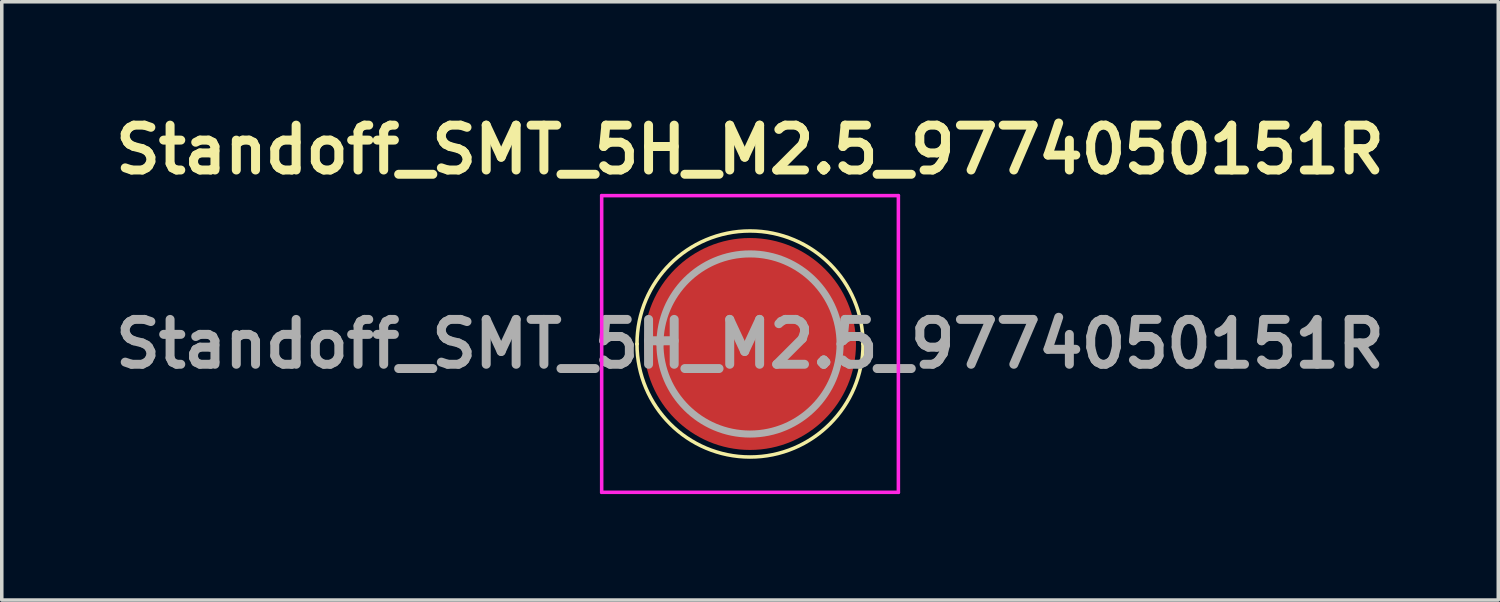
<source format=kicad_pcb>
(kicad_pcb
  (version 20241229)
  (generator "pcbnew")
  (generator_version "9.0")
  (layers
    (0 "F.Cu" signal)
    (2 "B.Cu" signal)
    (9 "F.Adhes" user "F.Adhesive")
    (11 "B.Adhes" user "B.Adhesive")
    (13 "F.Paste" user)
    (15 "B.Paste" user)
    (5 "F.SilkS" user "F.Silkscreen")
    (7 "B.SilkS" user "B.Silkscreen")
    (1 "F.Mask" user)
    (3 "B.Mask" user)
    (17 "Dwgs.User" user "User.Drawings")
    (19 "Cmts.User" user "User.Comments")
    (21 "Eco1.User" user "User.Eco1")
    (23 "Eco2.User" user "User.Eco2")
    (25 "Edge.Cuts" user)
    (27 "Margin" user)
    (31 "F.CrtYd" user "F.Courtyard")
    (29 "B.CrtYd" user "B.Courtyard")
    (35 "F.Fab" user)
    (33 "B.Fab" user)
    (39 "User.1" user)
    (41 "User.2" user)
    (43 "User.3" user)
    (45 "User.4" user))
  (footprint "Standoff_SMT_5H_M2.5_9774050151R"
    (layer "F.Cu")
    (at 18.185 6.689)
    (property "Reference" "Standoff_SMT_5H_M2.5_9774050151R" (at 0 -5.5 0) (layer "F.SilkS") (effects (font (size 1.27 1.27) (thickness 0.254))))
    (attr through_hole)
    (fp_line (start -3.2 0) (end -3.2 0) (stroke (width 0.1) (type solid)) (layer "F.SilkS"))
    (fp_line (start 3.2 0) (end 3.2 0) (stroke (width 0.1) (type solid)) (layer "F.SilkS"))
    (fp_arc (start -3.2 0) (mid 0 -3.2) (end 3.2 0) (stroke (width 0.1) (type solid)) (layer "F.SilkS"))
    (fp_arc (start 3.2 0) (mid 0 3.2) (end -3.2 0) (stroke (width 0.1) (type solid)) (layer "F.SilkS"))
    (fp_line (start -4.2 -4.2) (end 4.2 -4.2) (stroke (width 0.1) (type solid)) (layer "F.CrtYd"))
    (fp_line (start -4.2 4.2) (end -4.2 -4.2) (stroke (width 0.1) (type solid)) (layer "F.CrtYd"))
    (fp_line (start 4.2 -4.2) (end 4.2 4.2) (stroke (width 0.1) (type solid)) (layer "F.CrtYd"))
    (fp_line (start 4.2 4.2) (end -4.2 4.2) (stroke (width 0.1) (type solid)) (layer "F.CrtYd"))
    (fp_line (start -2.55 0) (end -2.55 0) (stroke (width 0.2) (type solid)) (layer "F.Fab"))
    (fp_line (start 2.55 0) (end 2.55 0) (stroke (width 0.2) (type solid)) (layer "F.Fab"))
    (fp_arc (start -2.55 0) (mid 0 -2.55) (end 2.55 0) (stroke (width 0.2) (type solid)) (layer "F.Fab"))
    (fp_arc (start 2.55 0) (mid 0 2.55) (end -2.55 0) (stroke (width 0.2) (type solid)) (layer "F.Fab"))
    (fp_text user "${REFERENCE}" (at 0 0 0) (layer "F.Fab") (effects (font (size 1.27 1.27) (thickness 0.254))))
    (pad "" np_thru_hole circle (at 0 0) (size 0.001 0.001) (drill 3.7) (layers "*.Cu" "*.Mask"))
    (pad "1" smd circle (at 0 0 90) (size 6 6) (layers "F.Cu" "F.Mask" "F.Paste")))
  (gr_rect
    (start -3 -3)
    (end 39.37 13.939)
    (stroke (width 0.1) (type default))
    (fill no)
    (layer "Edge.Cuts")))
</source>
